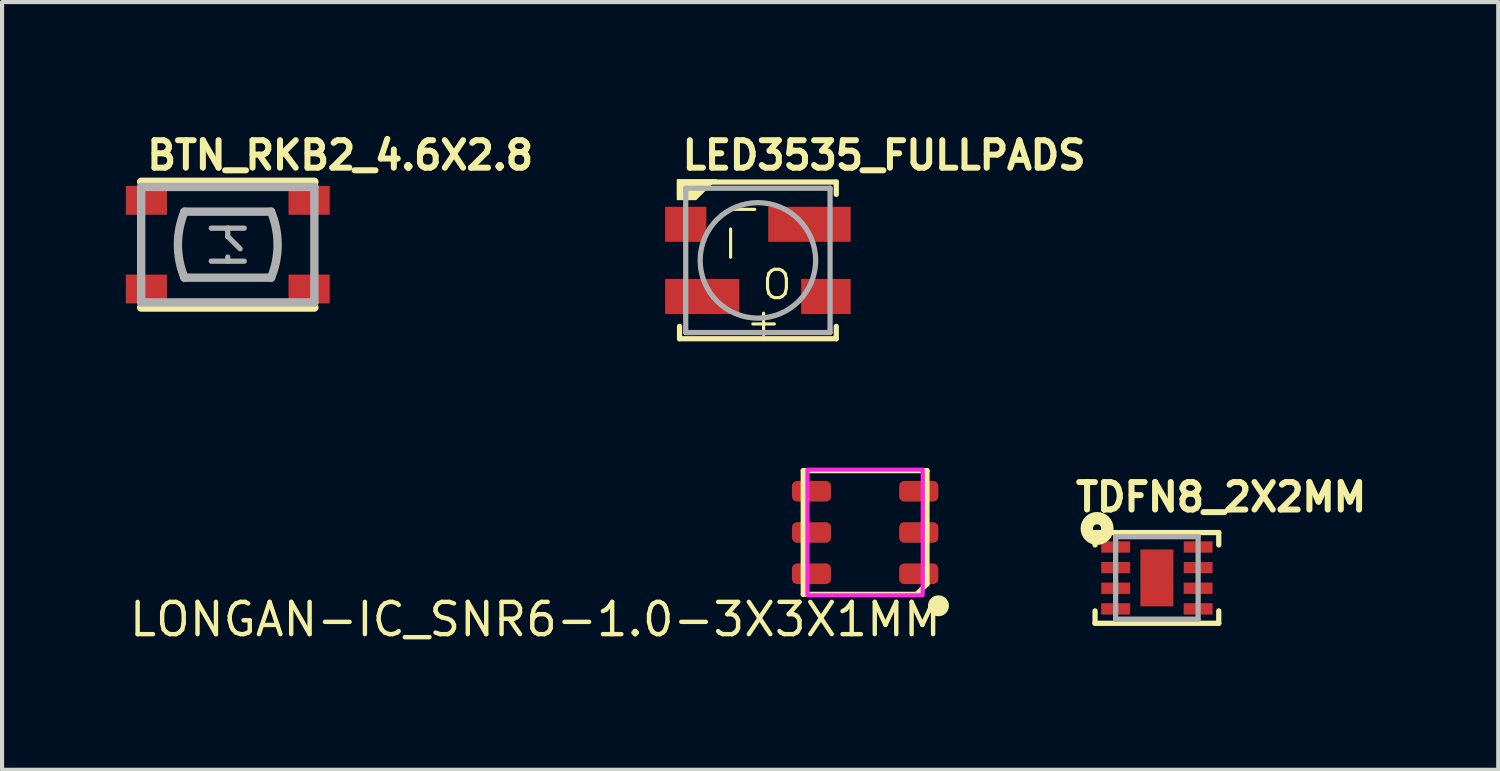
<source format=kicad_pcb>
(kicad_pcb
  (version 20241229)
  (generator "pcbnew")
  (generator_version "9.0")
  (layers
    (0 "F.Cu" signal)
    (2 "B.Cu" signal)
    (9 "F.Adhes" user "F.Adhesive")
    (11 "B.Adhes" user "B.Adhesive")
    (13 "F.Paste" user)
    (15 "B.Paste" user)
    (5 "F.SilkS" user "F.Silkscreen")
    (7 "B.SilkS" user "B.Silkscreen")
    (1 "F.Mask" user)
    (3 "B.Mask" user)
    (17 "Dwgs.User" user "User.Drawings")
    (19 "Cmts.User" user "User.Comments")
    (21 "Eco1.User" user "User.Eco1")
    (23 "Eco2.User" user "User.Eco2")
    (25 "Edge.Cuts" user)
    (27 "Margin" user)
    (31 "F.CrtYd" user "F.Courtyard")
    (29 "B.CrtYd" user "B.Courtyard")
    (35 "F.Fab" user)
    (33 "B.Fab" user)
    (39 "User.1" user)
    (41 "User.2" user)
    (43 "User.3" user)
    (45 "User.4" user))
  (footprint "TDFN8_2X2MM"
    (layer "F.Cu")
    (at 25.003 10.964)
    (property "Reference" "TDFN8_2X2MM" (at -2.043 -1.57 0) (unlocked yes) (layer "F.SilkS") (effects (font (size 0.666 0.666) (thickness 0.146)) (justify left bottom)))
    (fp_line (start -1.5 -1.1) (end -1.5 -0.8) (stroke (width 0.127) (type solid)) (layer "F.SilkS"))
    (fp_line (start -1.5 0.8) (end -1.5 1.1) (stroke (width 0.127) (type solid)) (layer "F.SilkS"))
    (fp_line (start -1.5 1.1) (end 1.5 1.1) (stroke (width 0.127) (type solid)) (layer "F.SilkS"))
    (fp_line (start 1.5 -1.1) (end -1.5 -1.1) (stroke (width 0.127) (type solid)) (layer "F.SilkS"))
    (fp_line (start 1.5 -0.8) (end 1.5 -1.1) (stroke (width 0.127) (type solid)) (layer "F.SilkS"))
    (fp_line (start 1.5 1.1) (end 1.5 0.8) (stroke (width 0.127) (type solid)) (layer "F.SilkS"))
    (fp_circle (center -1.45 -1.2) (end -1.35 -1.2) (stroke (width 0.3) (type solid)) (fill no) (layer "F.SilkS"))
    (fp_line (start -1 -1) (end 1 -1) (stroke (width 0.127) (type solid)) (layer "F.Fab"))
    (fp_line (start -1 1) (end -1 -1) (stroke (width 0.127) (type solid)) (layer "F.Fab"))
    (fp_line (start 1 -1) (end 1 1) (stroke (width 0.127) (type solid)) (layer "F.Fab"))
    (fp_line (start 1 1) (end -1 1) (stroke (width 0.127) (type solid)) (layer "F.Fab"))
    (pad "1" smd rect (at -1 -0.75) (size 0.7 0.275) (layers "F.Cu" "F.Mask" "F.Paste"))
    (pad "2" smd rect (at -1 -0.25) (size 0.7 0.275) (layers "F.Cu" "F.Mask" "F.Paste"))
    (pad "3" smd rect (at -1 0.25) (size 0.7 0.275) (layers "F.Cu" "F.Mask" "F.Paste"))
    (pad "4" smd rect (at -1 0.75) (size 0.7 0.275) (layers "F.Cu" "F.Mask" "F.Paste"))
    (pad "5" smd rect (at 1 0.75 180) (size 0.7 0.275) (layers "F.Cu" "F.Mask" "F.Paste"))
    (pad "6" smd rect (at 1 0.25 180) (size 0.7 0.275) (layers "F.Cu" "F.Mask" "F.Paste"))
    (pad "7" smd rect (at 1 -0.25 180) (size 0.7 0.275) (layers "F.Cu" "F.Mask" "F.Paste"))
    (pad "8" smd rect (at 1 -0.75 180) (size 0.7 0.275) (layers "F.Cu" "F.Mask" "F.Paste"))
    (pad "THERMAL" smd rect (at 0 0) (size 0.8 1.38) (layers "F.Cu" "F.Mask")))
  (footprint "BTN_RKB2_4.6X2.8"
    (layer "F.Cu")
    (at 2.473 2.883)
    (property "Reference" "BTN_RKB2_4.6X2.8" (at -2.032 -1.778 0) (unlocked yes) (layer "F.SilkS") (effects (font (size 0.666 0.666) (thickness 0.146)) (justify left bottom)))
    (fp_line (start -2.1 -1.525) (end 2.1 -1.525) (stroke (width 0.203) (type solid)) (layer "F.SilkS"))
    (fp_line (start 2.1 1.525) (end -2.1 1.525) (stroke (width 0.203) (type solid)) (layer "F.SilkS"))
    (fp_line (start -2.1 -1.4) (end 2.1 -1.4) (stroke (width 0.203) (type solid)) (layer "F.Fab"))
    (fp_line (start -2.1 1.4) (end -2.1 -1.4) (stroke (width 0.203) (type solid)) (layer "F.Fab"))
    (fp_line (start -1.05 -0.8) (end 1.05 -0.8) (stroke (width 0.203) (type solid)) (layer "F.Fab"))
    (fp_line (start -0.4 -0.4) (end 0 -0.4) (stroke (width 0.127) (type solid)) (layer "F.Fab"))
    (fp_line (start -0.4 0.4) (end 0 0.4) (stroke (width 0.127) (type solid)) (layer "F.Fab"))
    (fp_line (start 0 -0.4) (end 0 -0.2) (stroke (width 0.127) (type solid)) (layer "F.Fab"))
    (fp_line (start 0 -0.4) (end 0.4 -0.4) (stroke (width 0.127) (type solid)) (layer "F.Fab"))
    (fp_line (start 0 -0.2) (end 0.3 0.1) (stroke (width 0.127) (type solid)) (layer "F.Fab"))
    (fp_line (start 0 0.4) (end 0 0.3) (stroke (width 0.127) (type solid)) (layer "F.Fab"))
    (fp_line (start 0 0.4) (end 0.4 0.4) (stroke (width 0.127) (type solid)) (layer "F.Fab"))
    (fp_line (start 1.05 0.8) (end -1.05 0.8) (stroke (width 0.203) (type solid)) (layer "F.Fab"))
    (fp_line (start 2.1 -1.4) (end 2.1 1.4) (stroke (width 0.203) (type solid)) (layer "F.Fab"))
    (fp_line (start 2.1 1.4) (end -2.1 1.4) (stroke (width 0.203) (type solid)) (layer "F.Fab"))
    (fp_arc (start -1.05 0.8) (mid -1.209128 0) (end -1.05 -0.799999) (stroke (width 0.2032) (type solid)) (layer "F.Fab"))
    (fp_arc (start 1.05 -0.8) (mid 1.209128 0) (end 1.05 0.799999) (stroke (width 0.2032) (type solid)) (layer "F.Fab"))
    (pad "A" smd rect (at 1.973 -1.075) (size 1 0.7) (layers "F.Cu" "F.Mask" "F.Paste"))
    (pad "A'" smd rect (at -1.973 -1.075) (size 1 0.7) (layers "F.Cu" "F.Mask" "F.Paste"))
    (pad "B" smd rect (at 1.973 1.075) (size 1 0.7) (layers "F.Cu" "F.Mask" "F.Paste"))
    (pad "B'" smd rect (at -1.973 1.075) (size 1 0.7) (layers "F.Cu" "F.Mask" "F.Paste")))
  (footprint "LED3535_FULLPADS"
    (layer "F.Cu")
    (at 15.328 3.264)
    (property "Reference" "LED3535_FULLPADS" (at -1.905 -2.159 0) (unlocked yes) (layer "F.SilkS") (effects (font (size 0.666 0.666) (thickness 0.146)) (justify left bottom)))
    (fp_line (start -1.9 -1.9) (end 1.9 -1.9) (stroke (width 0.127) (type solid)) (layer "F.SilkS"))
    (fp_line (start -1.9 -1.6) (end -1.9 -1.9) (stroke (width 0.127) (type solid)) (layer "F.SilkS"))
    (fp_line (start -1.9 1.6) (end -1.9 1.9) (stroke (width 0.127) (type solid)) (layer "F.SilkS"))
    (fp_line (start -1.9 1.9) (end 1.9 1.9) (stroke (width 0.127) (type solid)) (layer "F.SilkS"))
    (fp_line (start 1.9 -1.9) (end 1.9 -1.6) (stroke (width 0.127) (type solid)) (layer "F.SilkS"))
    (fp_line (start 1.9 1.9) (end 1.9 1.6) (stroke (width 0.127) (type solid)) (layer "F.SilkS"))
    (fp_poly (pts (xy -1.498 -1.46) (xy -1.968 -1.46) (xy -1.968 -1.968) (xy -0.99 -1.968)) (stroke (width 0) (type default)) (fill yes) (layer "F.SilkS"))
    (fp_line (start -1.75 -1.75) (end 1.75 -1.75) (stroke (width 0.127) (type solid)) (layer "F.Fab"))
    (fp_line (start -1.75 1.75) (end -1.75 -1.75) (stroke (width 0.127) (type solid)) (layer "F.Fab"))
    (fp_line (start 1.75 -1.75) (end 1.75 1.75) (stroke (width 0.127) (type solid)) (layer "F.Fab"))
    (fp_line (start 1.75 1.75) (end -1.75 1.75) (stroke (width 0.127) (type solid)) (layer "F.Fab"))
    (fp_circle (center 0 0) (end 1.4 0) (stroke (width 0.127) (type solid)) (fill no) (layer "F.Fab"))
    (fp_text user "I" (at -0.662 -0.389 0) (unlocked yes) (layer "F.SilkS") (effects (font (size 0.686 0.686) (thickness 0.076))))
    (fp_text user "-" (at -0.338 -1.289 0) (unlocked yes) (layer "F.SilkS") (effects (font (size 0.686 0.686) (thickness 0.076))))
    (fp_text user "+" (at 0.138 1.489 0) (unlocked yes) (layer "F.SilkS") (effects (font (size 0.686 0.686) (thickness 0.076))))
    (fp_text user "O" (at 0.462 0.589 0) (unlocked yes) (layer "F.SilkS") (effects (font (size 0.686 0.686) (thickness 0.076))))
    (pad "1" smd rect (at -1.75 -0.875 90) (size 0.85 1) (layers "F.Cu" "F.Mask" "F.Paste"))
    (pad "2" smd rect (at -1.35 0.875 90) (size 0.85 1.8) (layers "F.Cu" "F.Mask" "F.Paste"))
    (pad "3" smd rect (at 1.65 0.875 90) (size 0.85 1.2) (layers "F.Cu" "F.Mask" "F.Paste"))
    (pad "4" smd rect (at 1.25 -0.875 90) (size 0.85 2) (layers "F.Cu" "F.Mask" "F.Paste")))
  (footprint "LONGAN-IC_SNR6-1.0-3X3X1MM"
    (layer "F.Cu")
    (at 17.928 9.862)
    (property "Reference" "LONGAN-IC_SNR6-1.0-3X3X1MM" (at 1.905 1.651 0) (unlocked yes) (layer "F.SilkS") (effects (font (size 0.782 0.782) (thickness 0.107)) (justify right top)))
    (fp_line (start -1.5 -1.5) (end 1.5 -1.5) (stroke (width 0.127) (type solid)) (layer "F.SilkS"))
    (fp_line (start -1.5 1.5) (end -1.5 -1.5) (stroke (width 0.127) (type solid)) (layer "F.SilkS"))
    (fp_line (start 1.248 1.5) (end -1.5 1.5) (stroke (width 0.127) (type solid)) (layer "F.SilkS"))
    (fp_line (start 1.5 -1.5) (end 1.5 1.248) (stroke (width 0.127) (type solid)) (layer "F.SilkS"))
    (fp_line (start 1.5 1.248) (end 1.248 1.5) (stroke (width 0.127) (type solid)) (layer "F.SilkS"))
    (fp_circle (center 1.778 1.778) (end 1.905 1.778) (stroke (width 0.254) (type solid)) (fill yes) (layer "F.SilkS"))
    (fp_poly (pts (xy 1.397 -1.524) (xy -1.397 -1.524) (xy -1.397 1.524) (xy 1.397 1.524)) (stroke (width 0.1) (type default)) (fill no) (layer "F.CrtYd"))
    (pad "1" smd roundrect (at 1.3 1 180) (size 0.95 0.5) (layers "F.Cu" "F.Mask" "F.Paste") (roundrect_rratio 0.25))
    (pad "2" smd roundrect (at 1.3 0 180) (size 0.95 0.5) (layers "F.Cu" "F.Mask" "F.Paste") (roundrect_rratio 0.25))
    (pad "3" smd roundrect (at 1.3 -1 180) (size 0.95 0.5) (layers "F.Cu" "F.Mask" "F.Paste") (roundrect_rratio 0.25))
    (pad "4" smd roundrect (at -1.3 -1 180) (size 0.95 0.5) (layers "F.Cu" "F.Mask" "F.Paste") (roundrect_rratio 0.25))
    (pad "5" smd roundrect (at -1.3 0 180) (size 0.95 0.5) (layers "F.Cu" "F.Mask" "F.Paste") (roundrect_rratio 0.25))
    (pad "6" smd roundrect (at -1.3 1 180) (size 0.95 0.5) (layers "F.Cu" "F.Mask" "F.Paste") (roundrect_rratio 0.25)))
  (gr_rect
    (start -3 -3)
    (end 33.28 15.616)
    (stroke (width 0.1) (type default))
    (fill no)
    (layer "Edge.Cuts")))
</source>
